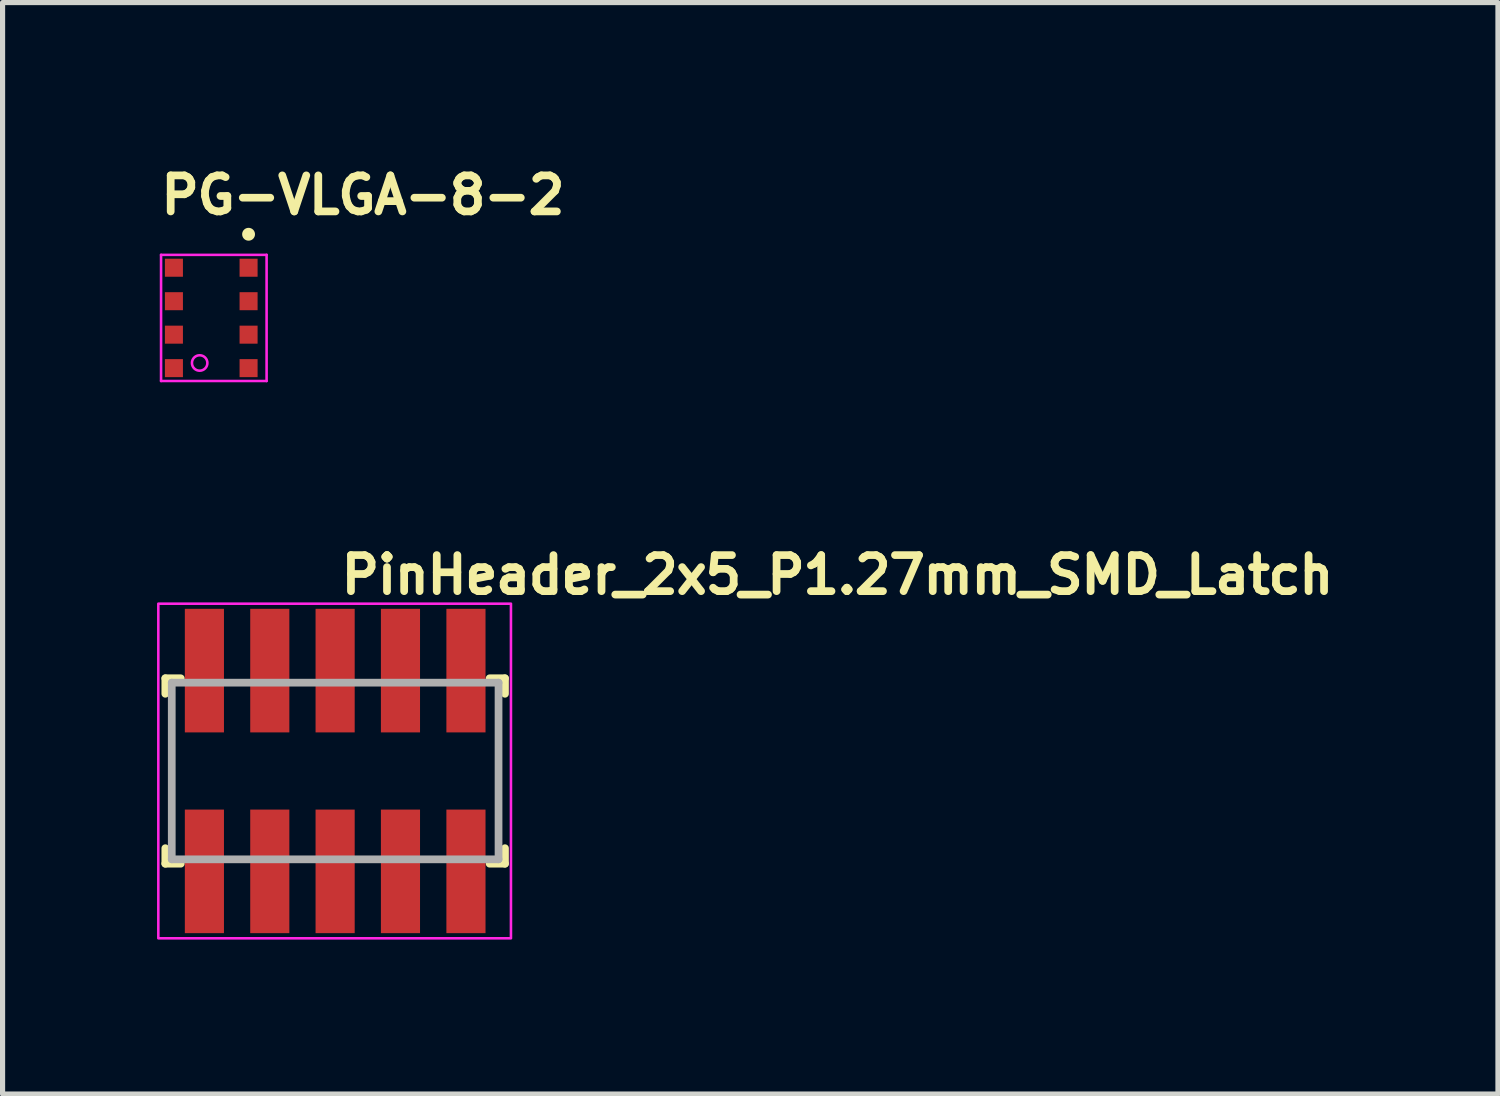
<source format=kicad_pcb>
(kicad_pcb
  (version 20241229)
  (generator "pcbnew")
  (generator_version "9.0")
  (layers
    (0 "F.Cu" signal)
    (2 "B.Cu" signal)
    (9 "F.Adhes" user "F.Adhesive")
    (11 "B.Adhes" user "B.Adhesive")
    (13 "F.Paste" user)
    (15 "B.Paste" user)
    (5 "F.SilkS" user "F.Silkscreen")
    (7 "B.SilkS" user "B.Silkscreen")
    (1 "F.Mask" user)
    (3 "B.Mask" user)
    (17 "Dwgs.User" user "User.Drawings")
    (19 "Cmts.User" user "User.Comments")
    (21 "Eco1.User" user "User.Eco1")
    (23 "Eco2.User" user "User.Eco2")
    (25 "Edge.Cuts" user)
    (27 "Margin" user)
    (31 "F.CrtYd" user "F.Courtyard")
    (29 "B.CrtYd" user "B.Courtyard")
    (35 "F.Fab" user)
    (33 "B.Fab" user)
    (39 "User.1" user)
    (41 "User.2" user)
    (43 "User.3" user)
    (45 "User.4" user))
  (footprint "PinHeader_2x5_P1.27mm_SMD_Latch"
    (layer "F.Cu")
    (at 3.501 11.925)
    (property "Reference" "PinHeader_2x5_P1.27mm_SMD_Latch" (at 0 -3.4 0) (layer "F.SilkS") (effects (font (size 0.7 0.7) (thickness 0.15)) (justify left bottom)))
    (attr smd)
    (fp_line (start -3.34 -1.801) (end -3.34 -1.5) (stroke (width 0.15) (type solid)) (layer "F.SilkS"))
    (fp_line (start -3.34 1.8) (end -3.34 1.499) (stroke (width 0.15) (type solid)) (layer "F.SilkS"))
    (fp_line (start -3.04 -1.801) (end -3.34 -1.801) (stroke (width 0.15) (type solid)) (layer "F.SilkS"))
    (fp_line (start -3.04 1.8) (end -3.34 1.8) (stroke (width 0.15) (type solid)) (layer "F.SilkS"))
    (fp_line (start 2.959 -1.801) (end 3.257 -1.801) (stroke (width 0.15) (type solid)) (layer "F.SilkS"))
    (fp_line (start 2.959 1.8) (end 3.257 1.8) (stroke (width 0.15) (type solid)) (layer "F.SilkS"))
    (fp_line (start 3.257 -1.801) (end 3.257 -1.5) (stroke (width 0.15) (type solid)) (layer "F.SilkS"))
    (fp_line (start 3.257 1.8) (end 3.257 1.499) (stroke (width 0.15) (type solid)) (layer "F.SilkS"))
    (fp_rect (start -3.476 -3.25) (end 3.373 3.249) (stroke (width 0.05) (type solid)) (fill no) (layer "F.CrtYd"))
    (fp_line (start -3.215 -1.716) (end -3.215 1.715) (stroke (width 0.15) (type solid)) (layer "F.Fab"))
    (fp_line (start 3.132 -1.716) (end -3.215 -1.716) (stroke (width 0.15) (type solid)) (layer "F.Fab"))
    (fp_line (start 3.132 -1.716) (end 3.132 1.715) (stroke (width 0.15) (type solid)) (layer "F.Fab"))
    (fp_line (start 3.132 1.715) (end -3.215 1.715) (stroke (width 0.15) (type solid)) (layer "F.Fab"))
    (fp_rect (start -3.176 -2.75) (end 3.173 2.749) (stroke (width 0.1) (type solid)) (fill no) (layer "User.5"))
    (fp_line (start -3.176 -1.44) (end -3.176 1.439) (stroke (width 0.02) (type solid)) (layer "User.9"))
    (fp_line (start -3.176 1.439) (end -3.025 1.699) (stroke (width 0.02) (type solid)) (layer "User.9"))
    (fp_line (start -3.025 -1.7) (end -3.176 -1.44) (stroke (width 0.02) (type solid)) (layer "User.9"))
    (fp_line (start -3.025 1.699) (end -2.057 1.699) (stroke (width 0.02) (type solid)) (layer "User.9"))
    (fp_line (start -2.742 -1.7) (end -2.742 -2.75) (stroke (width 0.02) (type solid)) (layer "User.9"))
    (fp_line (start -2.742 -0.835) (end -2.742 -0.435) (stroke (width 0.02) (type solid)) (layer "User.9"))
    (fp_line (start -2.742 -0.435) (end -2.34 -0.435) (stroke (width 0.02) (type solid)) (layer "User.9"))
    (fp_line (start -2.742 0.433) (end -2.34 0.433) (stroke (width 0.02) (type solid)) (layer "User.9"))
    (fp_line (start -2.742 0.833) (end -2.742 0.433) (stroke (width 0.02) (type solid)) (layer "User.9"))
    (fp_line (start -2.742 1.699) (end -2.742 2.749) (stroke (width 0.02) (type solid)) (layer "User.9"))
    (fp_line (start -2.34 -2.75) (end -2.742 -2.75) (stroke (width 0.02) (type solid)) (layer "User.9"))
    (fp_line (start -2.34 -1.7) (end -2.34 -2.75) (stroke (width 0.02) (type solid)) (layer "User.9"))
    (fp_line (start -2.34 -0.835) (end -2.742 -0.835) (stroke (width 0.02) (type solid)) (layer "User.9"))
    (fp_line (start -2.34 -0.435) (end -2.34 -0.835) (stroke (width 0.02) (type solid)) (layer "User.9"))
    (fp_line (start -2.34 0.433) (end -2.34 0.833) (stroke (width 0.02) (type solid)) (layer "User.9"))
    (fp_line (start -2.34 0.833) (end -2.742 0.833) (stroke (width 0.02) (type solid)) (layer "User.9"))
    (fp_line (start -2.34 1.699) (end -2.34 2.749) (stroke (width 0.02) (type solid)) (layer "User.9"))
    (fp_line (start -2.34 2.749) (end -2.742 2.749) (stroke (width 0.02) (type solid)) (layer "User.9"))
    (fp_line (start -2.057 -1.7) (end -3.025 -1.7) (stroke (width 0.02) (type solid)) (layer "User.9"))
    (fp_line (start -2.057 1.699) (end -1.905 1.439) (stroke (width 0.02) (type solid)) (layer "User.9"))
    (fp_line (start -1.905 -1.44) (end -2.057 -1.7) (stroke (width 0.02) (type solid)) (layer "User.9"))
    (fp_line (start -1.905 1.439) (end -1.756 1.699) (stroke (width 0.02) (type solid)) (layer "User.9"))
    (fp_line (start -1.756 -1.7) (end -1.905 -1.44) (stroke (width 0.02) (type solid)) (layer "User.9"))
    (fp_line (start -1.756 1.699) (end -0.787 1.699) (stroke (width 0.02) (type solid)) (layer "User.9"))
    (fp_line (start -1.47 -1.7) (end -1.47 -2.75) (stroke (width 0.02) (type solid)) (layer "User.9"))
    (fp_line (start -1.47 -0.835) (end -1.47 -0.435) (stroke (width 0.02) (type solid)) (layer "User.9"))
    (fp_line (start -1.47 -0.435) (end -1.071 -0.435) (stroke (width 0.02) (type solid)) (layer "User.9"))
    (fp_line (start -1.47 0.433) (end -1.071 0.433) (stroke (width 0.02) (type solid)) (layer "User.9"))
    (fp_line (start -1.47 0.833) (end -1.47 0.433) (stroke (width 0.02) (type solid)) (layer "User.9"))
    (fp_line (start -1.47 1.699) (end -1.47 2.749) (stroke (width 0.02) (type solid)) (layer "User.9"))
    (fp_line (start -1.071 -2.75) (end -1.47 -2.75) (stroke (width 0.02) (type solid)) (layer "User.9"))
    (fp_line (start -1.071 -1.7) (end -1.071 -2.75) (stroke (width 0.02) (type solid)) (layer "User.9"))
    (fp_line (start -1.071 -0.835) (end -1.47 -0.835) (stroke (width 0.02) (type solid)) (layer "User.9"))
    (fp_line (start -1.071 -0.435) (end -1.071 -0.835) (stroke (width 0.02) (type solid)) (layer "User.9"))
    (fp_line (start -1.071 0.433) (end -1.071 0.833) (stroke (width 0.02) (type solid)) (layer "User.9"))
    (fp_line (start -1.071 0.833) (end -1.47 0.833) (stroke (width 0.02) (type solid)) (layer "User.9"))
    (fp_line (start -1.071 1.699) (end -1.071 2.749) (stroke (width 0.02) (type solid)) (layer "User.9"))
    (fp_line (start -1.071 2.749) (end -1.47 2.749) (stroke (width 0.02) (type solid)) (layer "User.9"))
    (fp_line (start -0.787 -1.7) (end -1.756 -1.7) (stroke (width 0.02) (type solid)) (layer "User.9"))
    (fp_line (start -0.787 1.699) (end -0.635 1.439) (stroke (width 0.02) (type solid)) (layer "User.9"))
    (fp_line (start -0.635 -1.44) (end -0.787 -1.7) (stroke (width 0.02) (type solid)) (layer "User.9"))
    (fp_line (start -0.635 1.439) (end -0.486 1.699) (stroke (width 0.02) (type solid)) (layer "User.9"))
    (fp_line (start -0.486 -1.7) (end -0.635 -1.44) (stroke (width 0.02) (type solid)) (layer "User.9"))
    (fp_line (start -0.486 1.699) (end 0.483 1.699) (stroke (width 0.02) (type solid)) (layer "User.9"))
    (fp_line (start -0.202 -1.7) (end -0.202 -2.75) (stroke (width 0.02) (type solid)) (layer "User.9"))
    (fp_line (start -0.202 -0.835) (end -0.202 -0.435) (stroke (width 0.02) (type solid)) (layer "User.9"))
    (fp_line (start -0.202 -0.435) (end 0.199 -0.435) (stroke (width 0.02) (type solid)) (layer "User.9"))
    (fp_line (start -0.202 0.433) (end 0.199 0.433) (stroke (width 0.02) (type solid)) (layer "User.9"))
    (fp_line (start -0.202 0.833) (end -0.202 0.433) (stroke (width 0.02) (type solid)) (layer "User.9"))
    (fp_line (start -0.202 1.699) (end -0.202 2.749) (stroke (width 0.02) (type solid)) (layer "User.9"))
    (fp_line (start 0.199 -2.75) (end -0.202 -2.75) (stroke (width 0.02) (type solid)) (layer "User.9"))
    (fp_line (start 0.199 -1.7) (end 0.199 -2.75) (stroke (width 0.02) (type solid)) (layer "User.9"))
    (fp_line (start 0.199 -0.835) (end -0.202 -0.835) (stroke (width 0.02) (type solid)) (layer "User.9"))
    (fp_line (start 0.199 -0.435) (end 0.199 -0.835) (stroke (width 0.02) (type solid)) (layer "User.9"))
    (fp_line (start 0.199 0.433) (end 0.199 0.833) (stroke (width 0.02) (type solid)) (layer "User.9"))
    (fp_line (start 0.199 0.833) (end -0.202 0.833) (stroke (width 0.02) (type solid)) (layer "User.9"))
    (fp_line (start 0.199 1.699) (end 0.199 2.749) (stroke (width 0.02) (type solid)) (layer "User.9"))
    (fp_line (start 0.199 2.749) (end -0.202 2.749) (stroke (width 0.02) (type solid)) (layer "User.9"))
    (fp_line (start 0.483 -1.7) (end -0.486 -1.7) (stroke (width 0.02) (type solid)) (layer "User.9"))
    (fp_line (start 0.483 1.699) (end 0.633 1.439) (stroke (width 0.02) (type solid)) (layer "User.9"))
    (fp_line (start 0.633 -1.44) (end 0.483 -1.7) (stroke (width 0.02) (type solid)) (layer "User.9"))
    (fp_line (start 0.633 1.439) (end 0.784 1.699) (stroke (width 0.02) (type solid)) (layer "User.9"))
    (fp_line (start 0.784 -1.7) (end 0.633 -1.44) (stroke (width 0.02) (type solid)) (layer "User.9"))
    (fp_line (start 0.784 1.699) (end 1.753 1.699) (stroke (width 0.02) (type solid)) (layer "User.9"))
    (fp_line (start 1.07 -1.7) (end 1.07 -2.75) (stroke (width 0.02) (type solid)) (layer "User.9"))
    (fp_line (start 1.07 -0.835) (end 1.07 -0.435) (stroke (width 0.02) (type solid)) (layer "User.9"))
    (fp_line (start 1.07 -0.435) (end 1.469 -0.435) (stroke (width 0.02) (type solid)) (layer "User.9"))
    (fp_line (start 1.07 0.433) (end 1.469 0.433) (stroke (width 0.02) (type solid)) (layer "User.9"))
    (fp_line (start 1.07 0.833) (end 1.07 0.433) (stroke (width 0.02) (type solid)) (layer "User.9"))
    (fp_line (start 1.07 1.699) (end 1.07 2.749) (stroke (width 0.02) (type solid)) (layer "User.9"))
    (fp_line (start 1.469 -2.75) (end 1.07 -2.75) (stroke (width 0.02) (type solid)) (layer "User.9"))
    (fp_line (start 1.469 -1.7) (end 1.469 -2.75) (stroke (width 0.02) (type solid)) (layer "User.9"))
    (fp_line (start 1.469 -0.835) (end 1.07 -0.835) (stroke (width 0.02) (type solid)) (layer "User.9"))
    (fp_line (start 1.469 -0.435) (end 1.469 -0.835) (stroke (width 0.02) (type solid)) (layer "User.9"))
    (fp_line (start 1.469 0.433) (end 1.469 0.833) (stroke (width 0.02) (type solid)) (layer "User.9"))
    (fp_line (start 1.469 0.833) (end 1.07 0.833) (stroke (width 0.02) (type solid)) (layer "User.9"))
    (fp_line (start 1.469 1.699) (end 1.469 2.749) (stroke (width 0.02) (type solid)) (layer "User.9"))
    (fp_line (start 1.469 2.749) (end 1.07 2.749) (stroke (width 0.02) (type solid)) (layer "User.9"))
    (fp_line (start 1.753 -1.7) (end 0.784 -1.7) (stroke (width 0.02) (type solid)) (layer "User.9"))
    (fp_line (start 1.753 1.699) (end 1.904 1.439) (stroke (width 0.02) (type solid)) (layer "User.9"))
    (fp_line (start 1.904 -1.44) (end 1.753 -1.7) (stroke (width 0.02) (type solid)) (layer "User.9"))
    (fp_line (start 1.904 1.439) (end 2.055 1.699) (stroke (width 0.02) (type solid)) (layer "User.9"))
    (fp_line (start 2.055 -1.7) (end 1.904 -1.44) (stroke (width 0.02) (type solid)) (layer "User.9"))
    (fp_line (start 2.055 1.699) (end 3.023 1.699) (stroke (width 0.02) (type solid)) (layer "User.9"))
    (fp_line (start 2.338 -1.7) (end 2.338 -2.75) (stroke (width 0.02) (type solid)) (layer "User.9"))
    (fp_line (start 2.338 -0.835) (end 2.338 -0.435) (stroke (width 0.02) (type solid)) (layer "User.9"))
    (fp_line (start 2.338 -0.435) (end 2.738 -0.435) (stroke (width 0.02) (type solid)) (layer "User.9"))
    (fp_line (start 2.338 0.433) (end 2.738 0.433) (stroke (width 0.02) (type solid)) (layer "User.9"))
    (fp_line (start 2.338 0.833) (end 2.338 0.433) (stroke (width 0.02) (type solid)) (layer "User.9"))
    (fp_line (start 2.338 1.699) (end 2.338 2.749) (stroke (width 0.02) (type solid)) (layer "User.9"))
    (fp_line (start 2.738 -2.75) (end 2.338 -2.75) (stroke (width 0.02) (type solid)) (layer "User.9"))
    (fp_line (start 2.738 -1.7) (end 2.738 -2.75) (stroke (width 0.02) (type solid)) (layer "User.9"))
    (fp_line (start 2.738 -0.835) (end 2.338 -0.835) (stroke (width 0.02) (type solid)) (layer "User.9"))
    (fp_line (start 2.738 -0.435) (end 2.738 -0.835) (stroke (width 0.02) (type solid)) (layer "User.9"))
    (fp_line (start 2.738 0.433) (end 2.738 0.833) (stroke (width 0.02) (type solid)) (layer "User.9"))
    (fp_line (start 2.738 0.833) (end 2.338 0.833) (stroke (width 0.02) (type solid)) (layer "User.9"))
    (fp_line (start 2.738 1.699) (end 2.738 2.749) (stroke (width 0.02) (type solid)) (layer "User.9"))
    (fp_line (start 2.738 2.749) (end 2.338 2.749) (stroke (width 0.02) (type solid)) (layer "User.9"))
    (fp_line (start 3.023 -1.7) (end 2.055 -1.7) (stroke (width 0.02) (type solid)) (layer "User.9"))
    (fp_line (start 3.023 1.699) (end 3.173 1.439) (stroke (width 0.02) (type solid)) (layer "User.9"))
    (fp_line (start 3.173 -1.44) (end 3.023 -1.7) (stroke (width 0.02) (type solid)) (layer "User.9"))
    (fp_line (start 3.173 1.439) (end 3.173 -1.44) (stroke (width 0.02) (type solid)) (layer "User.9"))
    (pad "1" smd rect (at -2.581 1.949) (size 0.76 2.4) (layers "F.Cu" "F.Mask" "F.Paste"))
    (pad "2" smd rect (at -2.581 -1.95) (size 0.76 2.4) (layers "F.Cu" "F.Mask" "F.Paste"))
    (pad "3" smd rect (at -1.311 1.949) (size 0.76 2.4) (layers "F.Cu" "F.Mask" "F.Paste"))
    (pad "4" smd rect (at -1.311 -1.95) (size 0.76 2.4) (layers "F.Cu" "F.Mask" "F.Paste"))
    (pad "5" smd rect (at -0.042 1.949) (size 0.76 2.4) (layers "F.Cu" "F.Mask" "F.Paste"))
    (pad "6" smd rect (at -0.042 -1.95) (size 0.76 2.4) (layers "F.Cu" "F.Mask" "F.Paste"))
    (pad "7" smd rect (at 1.227 1.949) (size 0.76 2.4) (layers "F.Cu" "F.Mask" "F.Paste"))
    (pad "8" smd rect (at 1.227 -1.95) (size 0.76 2.4) (layers "F.Cu" "F.Mask" "F.Paste"))
    (pad "9" smd rect (at 2.499 1.949) (size 0.76 2.4) (layers "F.Cu" "F.Mask" "F.Paste"))
    (pad "10" smd rect (at 2.499 -1.95) (size 0.76 2.4) (layers "F.Cu" "F.Mask" "F.Paste")))
  (footprint "PG-VLGA-8-2"
    (layer "F.Cu")
    (at 1.778 2.15)
    (property "Reference" "PG-VLGA-8-2" (at -1.778 -1 0) (layer "F.SilkS") (effects (font (size 0.7 0.7) (thickness 0.15)) (justify left bottom)))
    (attr through_hole)
    (fp_circle (center 0 -0.65) (end 0.05 -0.65) (stroke (width 0.15) (type solid)) (fill yes) (layer "F.SilkS"))
    (fp_line (start -1.7 -0.25) (end 0.35 -0.25) (stroke (width 0.05) (type solid)) (layer "F.CrtYd"))
    (fp_line (start -1.7 2.2) (end -1.7 -0.25) (stroke (width 0.05) (type solid)) (layer "F.CrtYd"))
    (fp_line (start 0.35 -0.25) (end 0.35 2.2) (stroke (width 0.05) (type solid)) (layer "F.CrtYd"))
    (fp_line (start 0.35 2.2) (end -1.7 2.2) (stroke (width 0.05) (type solid)) (layer "F.CrtYd"))
    (fp_circle (center -0.95 1.85) (end -0.8 1.85) (stroke (width 0.05) (type solid)) (fill no) (layer "F.CrtYd"))
    (pad "1" smd rect (at 0 0) (size 0.35 0.35) (layers "F.Cu" "F.Mask" "F.Paste"))
    (pad "2" smd rect (at 0 0.65) (size 0.35 0.35) (layers "F.Cu" "F.Mask" "F.Paste"))
    (pad "3" smd rect (at 0 1.3) (size 0.35 0.35) (layers "F.Cu" "F.Mask" "F.Paste"))
    (pad "4" smd rect (at 0 1.95) (size 0.35 0.35) (layers "F.Cu" "F.Mask" "F.Paste"))
    (pad "5" smd rect (at -1.45 1.95) (size 0.35 0.35) (layers "F.Cu" "F.Mask" "F.Paste"))
    (pad "6" smd rect (at -1.45 1.3) (size 0.35 0.35) (layers "F.Cu" "F.Mask" "F.Paste"))
    (pad "7" smd rect (at -1.45 0.65) (size 0.35 0.35) (layers "F.Cu" "F.Mask" "F.Paste"))
    (pad "8" smd rect (at -1.45 0) (size 0.35 0.35) (layers "F.Cu" "F.Mask" "F.Paste")))
  (gr_rect
    (start -3 -3)
    (end 26.044 18.199)
    (stroke (width 0.1) (type default))
    (fill no)
    (layer "Edge.Cuts")))
</source>
